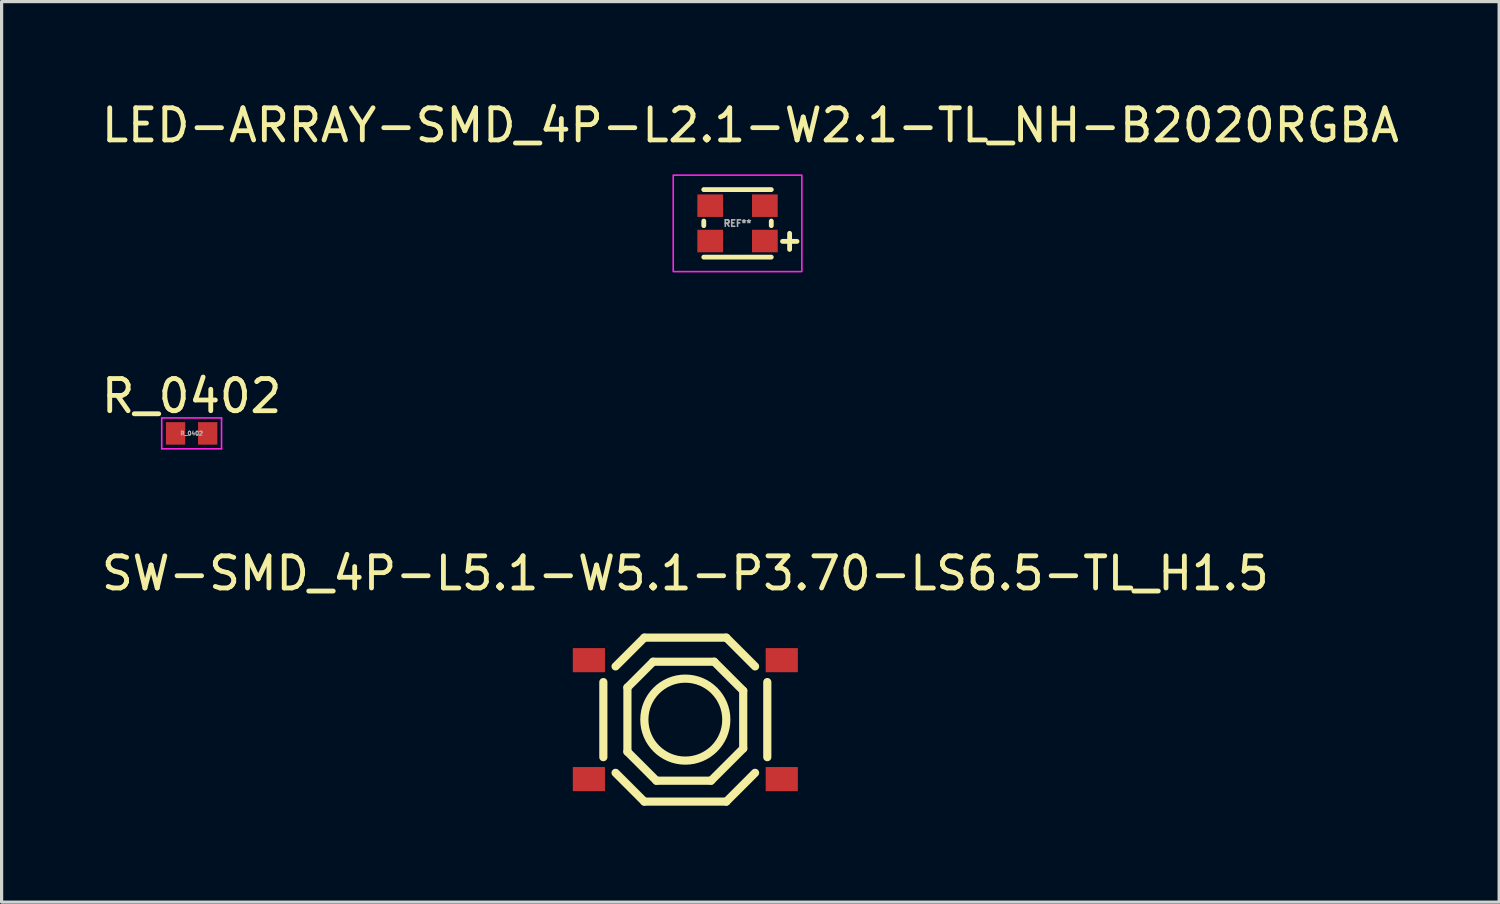
<source format=kicad_pcb>
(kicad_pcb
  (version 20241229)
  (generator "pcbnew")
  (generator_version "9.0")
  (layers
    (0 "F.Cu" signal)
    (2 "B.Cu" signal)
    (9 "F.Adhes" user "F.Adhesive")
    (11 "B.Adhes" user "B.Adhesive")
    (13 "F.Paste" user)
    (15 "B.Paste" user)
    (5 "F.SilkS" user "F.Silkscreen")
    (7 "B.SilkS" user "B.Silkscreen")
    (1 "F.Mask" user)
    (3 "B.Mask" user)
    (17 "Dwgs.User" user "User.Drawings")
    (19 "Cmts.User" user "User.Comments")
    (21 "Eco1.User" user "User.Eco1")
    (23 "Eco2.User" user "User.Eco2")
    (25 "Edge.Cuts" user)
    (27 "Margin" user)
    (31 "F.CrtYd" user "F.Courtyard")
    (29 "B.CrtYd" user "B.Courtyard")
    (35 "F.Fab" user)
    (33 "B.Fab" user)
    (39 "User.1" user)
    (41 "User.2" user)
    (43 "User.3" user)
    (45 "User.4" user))
  (footprint "R_0402"
    (layer "F.Cu")
    (at 2.911 10.431)
    (property "Reference" "R_0402" (at 0 -1.16 0) (layer "F.SilkS") (effects (font (size 1 1) (thickness 0.15))))
    (attr smd)
    (fp_line (start -0.93 -0.48) (end 0.93 -0.48) (stroke (width 0.05) (type solid)) (layer "F.CrtYd"))
    (fp_line (start -0.93 0.48) (end -0.93 -0.48) (stroke (width 0.05) (type solid)) (layer "F.CrtYd"))
    (fp_line (start 0.93 -0.48) (end 0.93 0.48) (stroke (width 0.05) (type solid)) (layer "F.CrtYd"))
    (fp_line (start 0.93 0.48) (end -0.93 0.48) (stroke (width 0.05) (type solid)) (layer "F.CrtYd"))
    (fp_text user "${REFERENCE}" (at 0 0 0) (layer "F.Fab") (effects (font (size 0.125 0.125) (thickness 0.031))))
    (pad "1" smd rect (at -0.5 0) (size 0.6 0.7) (layers "F.Cu" "F.Mask" "F.Paste"))
    (pad "2" smd rect (at 0.5 0) (size 0.6 0.7) (layers "F.Cu" "F.Mask" "F.Paste")))
  (footprint "LED-ARRAY-SMD_4P-L2.1-W2.1-TL_NH-B2020RGBA"
    (layer "F.Cu")
    (at 19.892 3.898)
    (property "Reference" "LED-ARRAY-SMD_4P-L2.1-W2.1-TL_NH-B2020RGBA" (at 0.4 -3.05 0) (layer "F.SilkS") (effects (font (size 1 1) (thickness 0.15))))
    (attr smd)
    (fp_line (start -1.05 -1.05) (end 1.05 -1.05) (stroke (width 0.15) (type solid)) (layer "F.SilkS"))
    (fp_line (start -1.05 -0.071) (end -1.05 0.071) (stroke (width 0.15) (type solid)) (layer "F.SilkS"))
    (fp_line (start -1.05 1.05) (end 1.05 1.05) (stroke (width 0.15) (type solid)) (layer "F.SilkS"))
    (fp_line (start 1.05 -0.071) (end 1.05 0.071) (stroke (width 0.15) (type solid)) (layer "F.SilkS"))
    (fp_line (start 1.4 0.56) (end 1.85 0.56) (stroke (width 0.15) (type solid)) (layer "F.SilkS"))
    (fp_line (start 1.62 0.31) (end 1.62 0.81) (stroke (width 0.15) (type solid)) (layer "F.SilkS"))
    (fp_circle (center -1.05 -1.05) (end -1.02 -1.05) (stroke (width 0.06) (type solid)) (fill no) (layer "F.SilkS"))
    (fp_rect (start -2 -1.5) (end 2 1.5) (stroke (width 0.05) (type default)) (fill no) (layer "F.CrtYd"))
    (fp_text user "REF**" (at 0 0 0) (layer "F.Fab") (effects (font (size 0.2 0.2) (thickness 0.05))))
    (pad "1" smd rect (at -0.85 -0.55) (size 0.8 0.7) (layers "F.Cu" "F.Mask" "F.Paste"))
    (pad "2" smd rect (at 0.85 -0.55) (size 0.8 0.7) (layers "F.Cu" "F.Mask" "F.Paste"))
    (pad "3" smd rect (at 0.85 0.55) (size 0.8 0.7) (layers "F.Cu" "F.Mask" "F.Paste"))
    (pad "4" smd rect (at -0.85 0.55) (size 0.8 0.7) (layers "F.Cu" "F.Mask" "F.Paste")))
  (footprint "SW-SMD_4P-L5.1-W5.1-P3.70-LS6.5-TL_H1.5"
    (layer "F.Cu")
    (at 18.268 19.335)
    (property "Reference" "SW-SMD_4P-L5.1-W5.1-P3.70-LS6.5-TL_H1.5" (at 0 -4.55 0) (layer "F.SilkS") (effects (font (size 1 1) (thickness 0.15))))
    (attr smd)
    (fp_line (start -2.55 -1.168) (end -2.55 1.168) (stroke (width 0.254) (type solid)) (layer "F.SilkS"))
    (fp_line (start -2.17 1.655) (end -1.275 2.55) (stroke (width 0.254) (type solid)) (layer "F.SilkS"))
    (fp_line (start -1.801 -1.001) (end -1.001 -1.801) (stroke (width 0.254) (type solid)) (layer "F.SilkS"))
    (fp_line (start -1.801 0.998) (end -1.801 -1.001) (stroke (width 0.254) (type solid)) (layer "F.SilkS"))
    (fp_line (start -1.275 -2.55) (end -2.17 -1.655) (stroke (width 0.254) (type solid)) (layer "F.SilkS"))
    (fp_line (start -1.275 -2.55) (end 1.275 -2.55) (stroke (width 0.254) (type solid)) (layer "F.SilkS"))
    (fp_line (start -1.275 2.55) (end 1.275 2.55) (stroke (width 0.254) (type solid)) (layer "F.SilkS"))
    (fp_line (start -1.001 -1.801) (end 0.899 -1.801) (stroke (width 0.254) (type solid)) (layer "F.SilkS"))
    (fp_line (start -0.899 1.9) (end -1.801 0.998) (stroke (width 0.254) (type solid)) (layer "F.SilkS"))
    (fp_line (start 0.8 1.9) (end -0.899 1.9) (stroke (width 0.254) (type solid)) (layer "F.SilkS"))
    (fp_line (start 0.899 -1.801) (end 1.801 -0.899) (stroke (width 0.254) (type solid)) (layer "F.SilkS"))
    (fp_line (start 1.275 -2.55) (end 2.17 -1.655) (stroke (width 0.254) (type solid)) (layer "F.SilkS"))
    (fp_line (start 1.801 -0.899) (end 1.801 0.899) (stroke (width 0.254) (type solid)) (layer "F.SilkS"))
    (fp_line (start 1.801 0.899) (end 0.8 1.9) (stroke (width 0.254) (type solid)) (layer "F.SilkS"))
    (fp_line (start 2.17 1.655) (end 1.275 2.55) (stroke (width 0.254) (type solid)) (layer "F.SilkS"))
    (fp_line (start 2.55 -1.168) (end 2.55 1.168) (stroke (width 0.254) (type solid)) (layer "F.SilkS"))
    (fp_circle (center 0 0) (end 1.275 0) (stroke (width 0.254) (type solid)) (fill no) (layer "F.SilkS"))
    (pad "1" smd rect (at -3 -1.85) (size 1 0.75) (layers "F.Cu" "F.Mask" "F.Paste"))
    (pad "1" smd rect (at 3 -1.85) (size 1 0.75) (layers "F.Cu" "F.Mask" "F.Paste"))
    (pad "2" smd rect (at -3 1.85) (size 1 0.75) (layers "F.Cu" "F.Mask" "F.Paste"))
    (pad "2" smd rect (at 3 1.85) (size 1 0.75) (layers "F.Cu" "F.Mask" "F.Paste")))
  (gr_rect
    (start -3 -3)
    (end 43.583 25.012)
    (stroke (width 0.1) (type default))
    (fill no)
    (layer "Edge.Cuts")))
</source>
